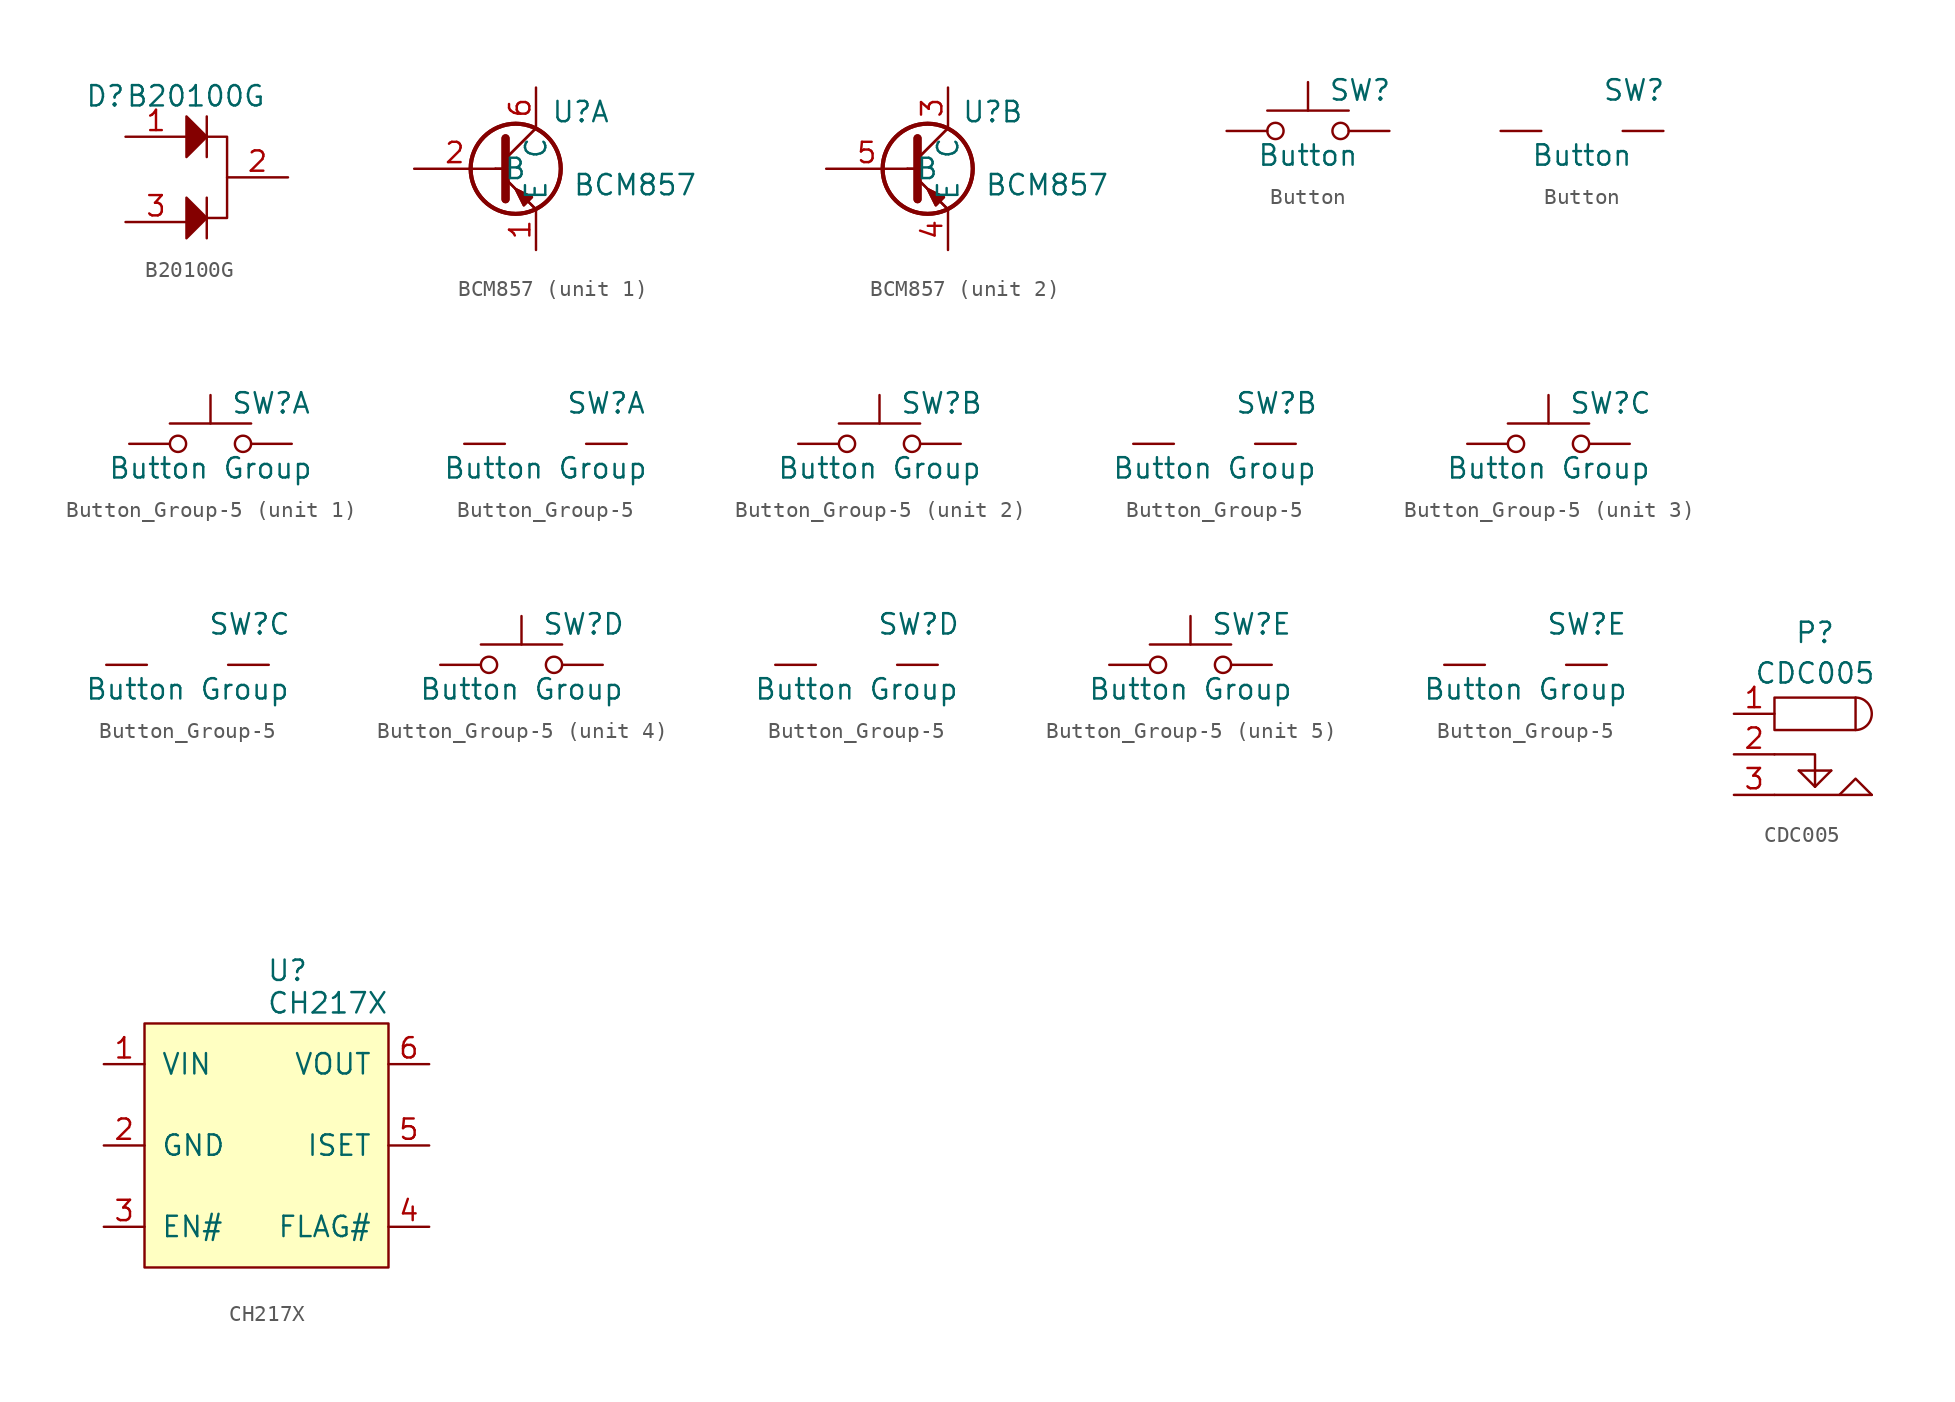
<source format=kicad_sym>
(kicad_symbol_lib
  (version 20231120)
  (generator "kicad_symbol_editor")
  (generator_version "8.0")
  (symbol "B20100G"
    (pin_names
      (offset 1.016) hide)
    (property "Reference" "D"
      (at -7.62 5.08 0)
      (effects (font (size 1.27 1.27)) (justify left)))
    (property "Value" "B20100G"
      (at -5.08 5.08 0)
      (effects (font (size 1.27 1.27)) (justify left)))
    (symbol "B20100G_0_1"
      (polyline (pts (xy 0 -1.27) (xy 0 -3.81)) (stroke (width 0) (type default)) (fill (type none)))
      (polyline (pts (xy 0 3.81) (xy 0 1.27)) (stroke (width 0) (type default)) (fill (type none)))
      (polyline (pts (xy -1.27 -1.27) (xy -1.27 -3.81) (xy 0 -2.54) (xy -1.27 -1.27)) (stroke (width 0) (type default)) (fill (type outline)))
      (polyline (pts (xy -1.27 3.81) (xy -1.27 1.27) (xy 0 2.54) (xy -1.27 3.81)) (stroke (width 0) (type default)) (fill (type outline)))
      (polyline (pts (xy 0 2.54) (xy 1.27 2.54) (xy 1.27 -2.54) (xy 0 -2.54)) (stroke (width 0) (type default)) (fill (type none))))
    (symbol "B20100G_1_1"
      (pin input line (at -5.08 2.54 0) (length 3.81) (name "K" (effects (font (size 1.27 1.27)))) (number "1" (effects (font (size 1.27 1.27)))))
      (pin input line (at 5.08 0 180) (length 3.81) (name "A" (effects (font (size 1.27 1.27)))) (number "2" (effects (font (size 1.27 1.27)))))
      (pin input line (at -5.08 -2.794 0) (length 3.81) (name "k" (effects (font (size 1.27 1.27)))) (number "3" (effects (font (size 1.27 1.27)))))))
  (symbol "BCM857"
    (property "Reference" "U"
      (at 5.334 3.556 0)
      (effects (font (size 1.27 1.27))))
    (property "Value" "BCM857"
      (at 4.826 -1.016 0)
      (effects (font (size 1.27 1.27)) (justify left)))
    (symbol "BCM857_0_1"
      (polyline (pts (xy 0 0) (xy 0.635 0)) (stroke (width 0) (type default)) (fill (type none)))
      (polyline (pts (xy 0 0) (xy 0.635 0)) (stroke (width 0) (type default)) (fill (type none)))
      (polyline (pts (xy 2.54 -2.54) (xy 0.635 -0.635)) (stroke (width 0) (type default)) (fill (type none)))
      (polyline (pts (xy 2.54 -2.54) (xy 0.635 -0.635)) (stroke (width 0) (type default)) (fill (type none)))
      (polyline (pts (xy 2.54 2.54) (xy 0.635 0.635)) (stroke (width 0) (type default)) (fill (type none)))
      (polyline (pts (xy 2.54 2.54) (xy 0.635 0.635)) (stroke (width 0) (type default)) (fill (type none)))
      (polyline (pts (xy 0.635 1.905) (xy 0.635 -1.905) (xy 0.635 -1.905)) (stroke (width 0.508) (type default)) (fill (type outline)))
      (polyline (pts (xy 0.635 1.905) (xy 0.635 -1.905) (xy 0.635 -1.905)) (stroke (width 0.508) (type default)) (fill (type outline)))
      (polyline (pts (xy 1.778 -2.286) (xy 2.286 -1.778) (xy 1.27 -1.27) (xy 1.778 -2.286) (xy 1.778 -2.286)) (stroke (width 0) (type default)) (fill (type outline)))
      (polyline (pts (xy 1.778 -2.286) (xy 2.286 -1.778) (xy 1.27 -1.27) (xy 1.778 -2.286) (xy 1.778 -2.286)) (stroke (width 0) (type default)) (fill (type outline)))
      (circle (center 1.27 0) (radius 2.819) (stroke (width 0.254) (type default)) (fill (type none)))
      (circle (center 1.27 0) (radius 2.819) (stroke (width 0.254) (type default)) (fill (type none))))
    (symbol "BCM857_1_1"
      (pin passive line (at 2.54 -5.08 90) (length 2.54) (name "E" (effects (font (size 1.27 1.27)))) (number "1" (effects (font (size 1.27 1.27)))))
      (pin input line (at -5.08 0 0) (length 5.08) (name "B" (effects (font (size 1.27 1.27)))) (number "2" (effects (font (size 1.27 1.27)))))
      (pin passive line (at 2.54 5.08 270) (length 2.54) (name "C" (effects (font (size 1.27 1.27)))) (number "6" (effects (font (size 1.27 1.27))))))
    (symbol "BCM857_2_1"
      (pin passive line (at 2.54 5.08 270) (length 2.54) (name "C" (effects (font (size 1.27 1.27)))) (number "3" (effects (font (size 1.27 1.27)))))
      (pin passive line (at 2.54 -5.08 90) (length 2.54) (name "E" (effects (font (size 1.27 1.27)))) (number "4" (effects (font (size 1.27 1.27)))))
      (pin input line (at -5.08 0 0) (length 5.08) (name "B" (effects (font (size 1.27 1.27)))) (number "5" (effects (font (size 1.27 1.27)))))))
  (symbol "Button"
    (pin_numbers hide)
    (pin_names
      (offset 1.016) hide)
    (property "Reference" "SW"
      (at 1.27 2.54 0)
      (effects (font (size 1.27 1.27)) (justify left)))
    (property "Value" "Button"
      (at 0 -1.524 0)
      (effects (font (size 1.27 1.27))))
    (symbol "Button_0_1"
      (circle (center -2.032 0) (radius 0.508) (stroke (width 0) (type default)) (fill (type none)))
      (polyline (pts (xy 0 1.27) (xy 0 3.048)) (stroke (width 0) (type default)) (fill (type none)))
      (polyline (pts (xy 2.54 1.27) (xy -2.54 1.27)) (stroke (width 0) (type default)) (fill (type none)))
      (circle (center 2.032 0) (radius 0.508) (stroke (width 0) (type default)) (fill (type none))))
    (symbol "Button_0_2"
      (pin passive line (at 5.08 0 180) (length 2.54) (name "10" (effects (font (size 1.27 1.27)))) (number "10" (effects (font (size 1.27 1.27)))))
      (pin passive line (at -5.08 0 0) (length 2.54) (name "9" (effects (font (size 1.27 1.27)))) (number "9" (effects (font (size 1.27 1.27))))))
    (symbol "Button_1_1"
      (pin passive line (at -5.08 0 0) (length 2.54) (name "1" (effects (font (size 1.27 1.27)))) (number "1" (effects (font (size 1.27 1.27)))))
      (pin passive line (at 5.08 0 180) (length 2.54) (name "2" (effects (font (size 1.27 1.27)))) (number "2" (effects (font (size 1.27 1.27)))))))
  (symbol "Button_Group-5"
    (pin_numbers hide)
    (pin_names
      (offset 1.016) hide)
    (property "Reference" "SW"
      (at 1.27 2.54 0)
      (effects (font (size 1.27 1.27)) (justify left)))
    (property "Value" "Button Group"
      (at 0 -1.524 0)
      (effects (font (size 1.27 1.27))))
    (symbol "Button_Group-5_0_1"
      (circle (center -2.032 0) (radius 0.508) (stroke (width 0) (type default)) (fill (type none)))
      (polyline (pts (xy 0 1.27) (xy 0 3.048)) (stroke (width 0) (type default)) (fill (type none)))
      (polyline (pts (xy 2.54 1.27) (xy -2.54 1.27)) (stroke (width 0) (type default)) (fill (type none)))
      (circle (center 2.032 0) (radius 0.508) (stroke (width 0) (type default)) (fill (type none))))
    (symbol "Button_Group-5_0_2"
      (pin passive line (at 5.08 0 180) (length 2.54) (name "10" (effects (font (size 1.27 1.27)))) (number "10" (effects (font (size 1.27 1.27)))))
      (pin passive line (at -5.08 0 0) (length 2.54) (name "9" (effects (font (size 1.27 1.27)))) (number "9" (effects (font (size 1.27 1.27))))))
    (symbol "Button_Group-5_1_1"
      (pin passive line (at -5.08 0 0) (length 2.54) (name "1" (effects (font (size 1.27 1.27)))) (number "1" (effects (font (size 1.27 1.27)))))
      (pin passive line (at 5.08 0 180) (length 2.54) (name "2" (effects (font (size 1.27 1.27)))) (number "2" (effects (font (size 1.27 1.27))))))
    (symbol "Button_Group-5_2_1"
      (pin passive line (at -5.08 0 0) (length 2.54) (name "3" (effects (font (size 1.27 1.27)))) (number "3" (effects (font (size 1.27 1.27)))))
      (pin passive line (at 5.08 0 180) (length 2.54) (name "4" (effects (font (size 1.27 1.27)))) (number "4" (effects (font (size 1.27 1.27))))))
    (symbol "Button_Group-5_3_1"
      (pin passive line (at -5.08 0 0) (length 2.54) (name "5" (effects (font (size 1.27 1.27)))) (number "5" (effects (font (size 1.27 1.27)))))
      (pin passive line (at 5.08 0 180) (length 2.54) (name "6" (effects (font (size 1.27 1.27)))) (number "6" (effects (font (size 1.27 1.27))))))
    (symbol "Button_Group-5_4_1"
      (pin passive line (at -5.08 0 0) (length 2.54) (name "7" (effects (font (size 1.27 1.27)))) (number "7" (effects (font (size 1.27 1.27)))))
      (pin passive line (at 5.08 0 180) (length 2.54) (name "8" (effects (font (size 1.27 1.27)))) (number "8" (effects (font (size 1.27 1.27))))))
    (symbol "Button_Group-5_5_1"
      (pin passive line (at 5.08 0 180) (length 2.54) (name "10" (effects (font (size 1.27 1.27)))) (number "10" (effects (font (size 1.27 1.27)))))
      (pin passive line (at -5.08 0 0) (length 2.54) (name "9" (effects (font (size 1.27 1.27)))) (number "9" (effects (font (size 1.27 1.27)))))))
  (symbol "CDC005"
    (pin_names
      (offset 1.016) hide)
    (property "Reference" "P"
      (at 0 7.62 0)
      (effects (font (size 1.27 1.27))))
    (property "Value" "CDC005"
      (at 0 5.08 0)
      (effects (font (size 1.27 1.27))))
    (symbol "CDC005_0_1"
      (rectangle (start -2.54 3.556) (end 2.54 1.524) (stroke (width 0) (type default)) (fill (type none)))
      (polyline (pts (xy -1.016 -1.016) (xy 1.016 -1.016)) (stroke (width 0) (type default)) (fill (type none)))
      (polyline (pts (xy 1.524 -2.54) (xy 3.556 -2.54)) (stroke (width 0) (type default)) (fill (type none)))
      (polyline (pts (xy -2.54 0) (xy 0 0) (xy 0 -2.032)) (stroke (width 0) (type default)) (fill (type none)))
      (polyline (pts (xy -1.016 -1.016) (xy 0 -2.032) (xy 1.016 -1.016)) (stroke (width 0) (type default)) (fill (type none)))
      (polyline (pts (xy -2.54 -2.54) (xy 1.524 -2.54) (xy 2.54 -1.524) (xy 3.556 -2.54)) (stroke (width 0) (type default)) (fill (type none)))
      (arc (start 2.54 1.524) (mid 3.5516 2.54) (end 2.54 3.556) (stroke (width 0) (type default)) (fill (type none))))
    (symbol "CDC005_1_1"
      (pin power_out line (at -5.08 2.54 0) (length 2.54) (name "1" (effects (font (size 1.27 1.27)))) (number "1" (effects (font (size 1.27 1.27)))))
      (pin power_out line (at -5.08 0 0) (length 2.54) (name "2" (effects (font (size 1.27 1.27)))) (number "2" (effects (font (size 1.27 1.27)))))
      (pin output line (at -5.08 -2.54 0) (length 2.54) (name "3" (effects (font (size 1.27 1.27)))) (number "3" (effects (font (size 1.27 1.27)))))))
  (symbol "CH217X"
    (pin_names
      (offset 1.016))
    (property "Reference" "U"
      (at 0 10.922 0)
      (effects (font (size 1.27 1.27)) (justify left)))
    (property "Value" "CH217X"
      (at 0 8.89 0)
      (effects (font (size 1.27 1.27)) (justify left)))
    (symbol "CH217X_0_1"
      (rectangle (start -7.62 7.62) (end 7.62 -7.62) (stroke (width 0) (type default)) (fill (type background))))
    (symbol "CH217X_1_1"
      (pin power_in line (at -10.16 5.08 0) (length 2.54) (name "VIN" (effects (font (size 1.27 1.27)))) (number "1" (effects (font (size 1.27 1.27)))))
      (pin power_in line (at -10.16 0 0) (length 2.54) (name "GND" (effects (font (size 1.27 1.27)))) (number "2" (effects (font (size 1.27 1.27)))))
      (pin input line (at -10.16 -5.08 0) (length 2.54) (name "EN#" (effects (font (size 1.27 1.27)))) (number "3" (effects (font (size 1.27 1.27)))))
      (pin output line (at 10.16 -5.08 180) (length 2.54) (name "FLAG#" (effects (font (size 1.27 1.27)))) (number "4" (effects (font (size 1.27 1.27)))))
      (pin input line (at 10.16 0 180) (length 2.54) (name "ISET" (effects (font (size 1.27 1.27)))) (number "5" (effects (font (size 1.27 1.27)))))
      (pin power_out line (at 10.16 5.08 180) (length 2.54) (name "VOUT" (effects (font (size 1.27 1.27)))) (number "6" (effects (font (size 1.27 1.27))))))))
</source>
